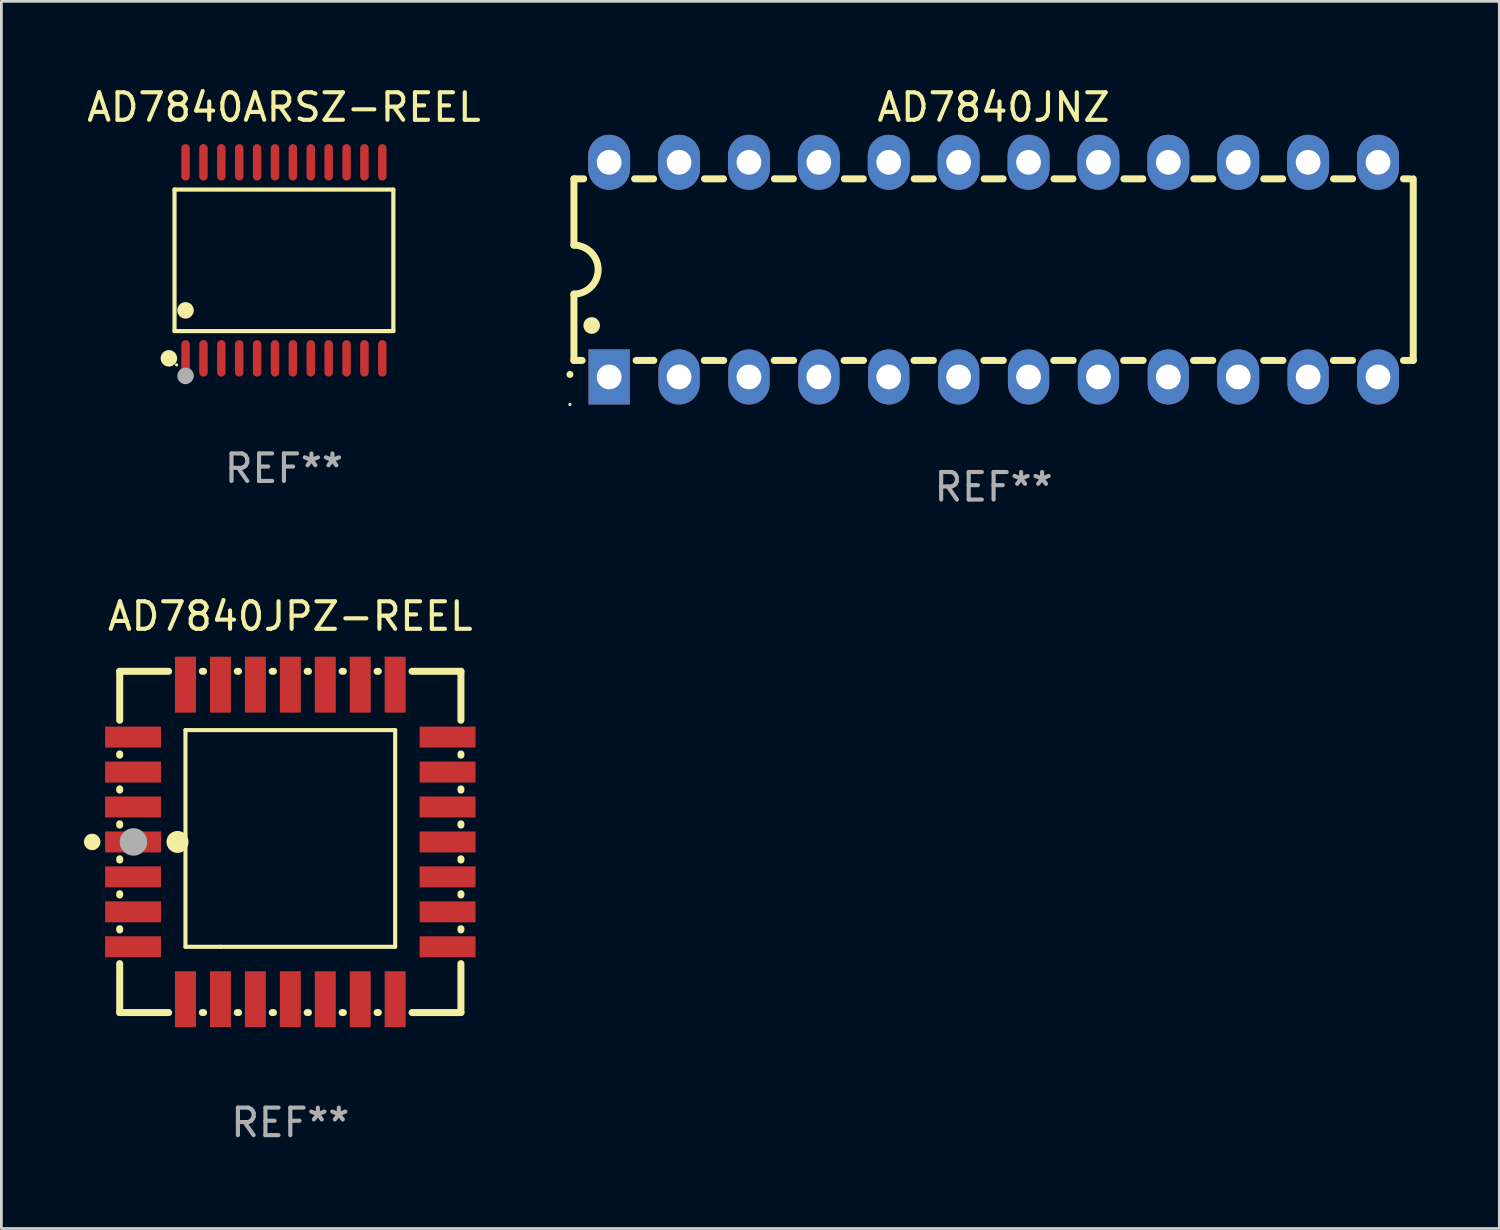
<source format=kicad_pcb>
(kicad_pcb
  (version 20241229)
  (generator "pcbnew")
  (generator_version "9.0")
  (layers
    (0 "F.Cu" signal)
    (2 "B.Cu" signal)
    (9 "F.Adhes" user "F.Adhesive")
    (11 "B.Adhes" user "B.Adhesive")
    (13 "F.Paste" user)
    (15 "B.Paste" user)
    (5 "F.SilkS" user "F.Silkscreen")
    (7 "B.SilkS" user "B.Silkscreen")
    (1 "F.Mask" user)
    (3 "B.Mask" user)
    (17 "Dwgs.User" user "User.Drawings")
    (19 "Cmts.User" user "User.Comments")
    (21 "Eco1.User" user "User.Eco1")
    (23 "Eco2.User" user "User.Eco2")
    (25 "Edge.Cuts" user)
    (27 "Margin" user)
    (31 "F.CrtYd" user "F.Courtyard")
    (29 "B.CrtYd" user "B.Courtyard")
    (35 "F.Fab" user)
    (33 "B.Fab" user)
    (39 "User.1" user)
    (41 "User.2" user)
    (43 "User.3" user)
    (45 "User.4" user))
  (footprint "AD7840JPZ-REEL"
    (layer "F.Cu")
    (at 7.5 27.545)
    (property "Reference" "AD7840JPZ-REEL" (at 0 -8.2 0) (layer "F.SilkS") (effects (font (size 1 1) (thickness 0.15))))
    (attr through_hole)
    (fp_line (start -6.2 -6.2) (end -4.422 -6.2) (stroke (width 0.254) (type solid)) (layer "F.SilkS"))
    (fp_line (start -6.2 -4.422) (end -6.2 -6.2) (stroke (width 0.254) (type solid)) (layer "F.SilkS"))
    (fp_line (start -6.2 -3.152) (end -6.2 -3.198) (stroke (width 0.254) (type solid)) (layer "F.SilkS"))
    (fp_line (start -6.2 -1.882) (end -6.2 -1.928) (stroke (width 0.254) (type solid)) (layer "F.SilkS"))
    (fp_line (start -6.2 -0.612) (end -6.2 -0.658) (stroke (width 0.254) (type solid)) (layer "F.SilkS"))
    (fp_line (start -6.2 0.658) (end -6.2 0.612) (stroke (width 0.254) (type solid)) (layer "F.SilkS"))
    (fp_line (start -6.2 1.928) (end -6.2 1.882) (stroke (width 0.254) (type solid)) (layer "F.SilkS"))
    (fp_line (start -6.2 3.198) (end -6.2 3.152) (stroke (width 0.254) (type solid)) (layer "F.SilkS"))
    (fp_line (start -6.2 6.2) (end -6.2 4.422) (stroke (width 0.254) (type solid)) (layer "F.SilkS"))
    (fp_line (start -4.422 6.2) (end -6.2 6.2) (stroke (width 0.254) (type solid)) (layer "F.SilkS"))
    (fp_line (start -3.81 -4.064) (end 3.81 -4.064) (stroke (width 0.15) (type solid)) (layer "F.SilkS"))
    (fp_line (start -3.81 3.81) (end -3.81 -4.064) (stroke (width 0.15) (type solid)) (layer "F.SilkS"))
    (fp_line (start -3.198 -6.2) (end -3.152 -6.2) (stroke (width 0.254) (type solid)) (layer "F.SilkS"))
    (fp_line (start -3.152 6.2) (end -3.198 6.2) (stroke (width 0.254) (type solid)) (layer "F.SilkS"))
    (fp_line (start -2.54 3.81) (end -3.81 3.81) (stroke (width 0.15) (type solid)) (layer "F.SilkS"))
    (fp_line (start -1.928 -6.2) (end -1.882 -6.2) (stroke (width 0.254) (type solid)) (layer "F.SilkS"))
    (fp_line (start -1.882 6.2) (end -1.928 6.2) (stroke (width 0.254) (type solid)) (layer "F.SilkS"))
    (fp_line (start -0.658 -6.2) (end -0.612 -6.2) (stroke (width 0.254) (type solid)) (layer "F.SilkS"))
    (fp_line (start -0.612 6.2) (end -0.658 6.2) (stroke (width 0.254) (type solid)) (layer "F.SilkS"))
    (fp_line (start 0.612 -6.2) (end 0.658 -6.2) (stroke (width 0.254) (type solid)) (layer "F.SilkS"))
    (fp_line (start 0.658 6.2) (end 0.612 6.2) (stroke (width 0.254) (type solid)) (layer "F.SilkS"))
    (fp_line (start 1.882 -6.2) (end 1.928 -6.2) (stroke (width 0.254) (type solid)) (layer "F.SilkS"))
    (fp_line (start 1.928 6.2) (end 1.882 6.2) (stroke (width 0.254) (type solid)) (layer "F.SilkS"))
    (fp_line (start 3.152 -6.2) (end 3.198 -6.2) (stroke (width 0.254) (type solid)) (layer "F.SilkS"))
    (fp_line (start 3.198 6.2) (end 3.152 6.2) (stroke (width 0.254) (type solid)) (layer "F.SilkS"))
    (fp_line (start 3.81 -4.064) (end 3.81 3.81) (stroke (width 0.15) (type solid)) (layer "F.SilkS"))
    (fp_line (start 3.81 3.81) (end -2.54 3.81) (stroke (width 0.15) (type solid)) (layer "F.SilkS"))
    (fp_line (start 4.422 -6.2) (end 6.2 -6.2) (stroke (width 0.254) (type solid)) (layer "F.SilkS"))
    (fp_line (start 6.2 -6.2) (end 6.2 -4.422) (stroke (width 0.254) (type solid)) (layer "F.SilkS"))
    (fp_line (start 6.2 -3.198) (end 6.2 -3.152) (stroke (width 0.254) (type solid)) (layer "F.SilkS"))
    (fp_line (start 6.2 -1.928) (end 6.2 -1.882) (stroke (width 0.254) (type solid)) (layer "F.SilkS"))
    (fp_line (start 6.2 -0.658) (end 6.2 -0.612) (stroke (width 0.254) (type solid)) (layer "F.SilkS"))
    (fp_line (start 6.2 0.612) (end 6.2 0.658) (stroke (width 0.254) (type solid)) (layer "F.SilkS"))
    (fp_line (start 6.2 1.882) (end 6.2 1.928) (stroke (width 0.254) (type solid)) (layer "F.SilkS"))
    (fp_line (start 6.2 3.152) (end 6.2 3.198) (stroke (width 0.254) (type solid)) (layer "F.SilkS"))
    (fp_line (start 6.2 4.422) (end 6.2 6.2) (stroke (width 0.254) (type solid)) (layer "F.SilkS"))
    (fp_line (start 6.2 6.2) (end 4.422 6.2) (stroke (width 0.254) (type solid)) (layer "F.SilkS"))
    (fp_circle (center -7.2 0) (end -7.05 0) (stroke (width 0.3) (type solid)) (fill no) (layer "F.SilkS"))
    (fp_circle (center -6.223 6.223) (end -6.193 6.223) (stroke (width 0.06) (type solid)) (fill no) (layer "F.SilkS"))
    (fp_circle (center -4.1 0) (end -3.9 0) (stroke (width 0.4) (type solid)) (fill no) (layer "F.SilkS"))
    (fp_circle (center -5.7 0) (end -5.45 0) (stroke (width 0.5) (type solid)) (fill no) (layer "F.Fab"))
    (fp_text user "REF**" (at 0 10.2 0) (layer "F.Fab") (effects (font (size 1 1) (thickness 0.15))))
    (pad "1" smd rect (at -5.715 0) (size 2.032 0.762) (layers "F.Cu" "F.Mask" "F.Paste"))
    (pad "2" smd rect (at -5.715 1.27) (size 2.032 0.762) (layers "F.Cu" "F.Mask" "F.Paste"))
    (pad "3" smd rect (at -5.715 2.54) (size 2.032 0.762) (layers "F.Cu" "F.Mask" "F.Paste"))
    (pad "4" smd rect (at -5.715 3.81) (size 2.032 0.762) (layers "F.Cu" "F.Mask" "F.Paste"))
    (pad "5" smd rect (at -3.81 5.715) (size 0.762 2.032) (layers "F.Cu" "F.Mask" "F.Paste"))
    (pad "6" smd rect (at -2.54 5.715) (size 0.762 2.032) (layers "F.Cu" "F.Mask" "F.Paste"))
    (pad "7" smd rect (at -1.27 5.715) (size 0.762 2.032) (layers "F.Cu" "F.Mask" "F.Paste"))
    (pad "8" smd rect (at 0 5.715) (size 0.762 2.032) (layers "F.Cu" "F.Mask" "F.Paste"))
    (pad "9" smd rect (at 1.27 5.715) (size 0.762 2.032) (layers "F.Cu" "F.Mask" "F.Paste"))
    (pad "10" smd rect (at 2.54 5.715) (size 0.762 2.032) (layers "F.Cu" "F.Mask" "F.Paste"))
    (pad "11" smd rect (at 3.81 5.715) (size 0.762 2.032) (layers "F.Cu" "F.Mask" "F.Paste"))
    (pad "12" smd rect (at 5.715 3.81) (size 2.032 0.762) (layers "F.Cu" "F.Mask" "F.Paste"))
    (pad "13" smd rect (at 5.715 2.54) (size 2.032 0.762) (layers "F.Cu" "F.Mask" "F.Paste"))
    (pad "14" smd rect (at 5.715 1.27) (size 2.032 0.762) (layers "F.Cu" "F.Mask" "F.Paste"))
    (pad "15" smd rect (at 5.715 0) (size 2.032 0.762) (layers "F.Cu" "F.Mask" "F.Paste"))
    (pad "16" smd rect (at 5.715 -1.27) (size 2.032 0.762) (layers "F.Cu" "F.Mask" "F.Paste"))
    (pad "17" smd rect (at 5.715 -2.54) (size 2.032 0.762) (layers "F.Cu" "F.Mask" "F.Paste"))
    (pad "18" smd rect (at 5.715 -3.81) (size 2.032 0.762) (layers "F.Cu" "F.Mask" "F.Paste"))
    (pad "19" smd rect (at 3.81 -5.715) (size 0.762 2.032) (layers "F.Cu" "F.Mask" "F.Paste"))
    (pad "20" smd rect (at 2.54 -5.715) (size 0.762 2.032) (layers "F.Cu" "F.Mask" "F.Paste"))
    (pad "21" smd rect (at 1.27 -5.715) (size 0.762 2.032) (layers "F.Cu" "F.Mask" "F.Paste"))
    (pad "22" smd rect (at 0 -5.715) (size 0.762 2.032) (layers "F.Cu" "F.Mask" "F.Paste"))
    (pad "23" smd rect (at -1.27 -5.715) (size 0.762 2.032) (layers "F.Cu" "F.Mask" "F.Paste"))
    (pad "24" smd rect (at -2.54 -5.715) (size 0.762 2.032) (layers "F.Cu" "F.Mask" "F.Paste"))
    (pad "25" smd rect (at -3.81 -5.715) (size 0.762 2.032) (layers "F.Cu" "F.Mask" "F.Paste"))
    (pad "26" smd rect (at -5.715 -3.81) (size 2.032 0.762) (layers "F.Cu" "F.Mask" "F.Paste"))
    (pad "27" smd rect (at -5.715 -2.54) (size 2.032 0.762) (layers "F.Cu" "F.Mask" "F.Paste"))
    (pad "28" smd rect (at -5.715 -1.27) (size 2.032 0.762) (layers "F.Cu" "F.Mask" "F.Paste")))
  (footprint "AD7840ARSZ-REEL"
    (layer "F.Cu")
    (at 7.268 6.41)
    (property "Reference" "AD7840ARSZ-REEL" (at 0 -5.562 0) (layer "F.SilkS") (effects (font (size 1 1) (thickness 0.15))))
    (attr through_hole)
    (fp_line (start -3.976 -2.571) (end 3.976 -2.571) (stroke (width 0.152) (type solid)) (layer "F.SilkS"))
    (fp_line (start -3.976 2.571) (end -3.976 -2.571) (stroke (width 0.152) (type solid)) (layer "F.SilkS"))
    (fp_line (start 3.976 -2.571) (end 3.976 2.571) (stroke (width 0.152) (type solid)) (layer "F.SilkS"))
    (fp_line (start 3.976 2.571) (end -3.976 2.571) (stroke (width 0.152) (type solid)) (layer "F.SilkS"))
    (fp_circle (center -4.181 3.562) (end -4.031 3.562) (stroke (width 0.3) (type solid)) (fill no) (layer "F.SilkS"))
    (fp_circle (center -3.9 3.8) (end -3.87 3.8) (stroke (width 0.06) (type solid)) (fill no) (layer "F.SilkS"))
    (fp_circle (center -3.575 1.819) (end -3.425 1.819) (stroke (width 0.3) (type solid)) (fill no) (layer "F.SilkS"))
    (fp_circle (center -3.575 4.2) (end -3.425 4.2) (stroke (width 0.3) (type solid)) (fill no) (layer "F.Fab"))
    (fp_text user "REF**" (at 0 7.562 0) (layer "F.Fab") (effects (font (size 1 1) (thickness 0.15))))
    (pad "1" smd oval (at -3.575 3.562) (size 0.308 1.324) (layers "F.Cu" "F.Mask" "F.Paste"))
    (pad "2" smd oval (at -2.925 3.562) (size 0.308 1.324) (layers "F.Cu" "F.Mask" "F.Paste"))
    (pad "3" smd oval (at -2.275 3.562) (size 0.308 1.324) (layers "F.Cu" "F.Mask" "F.Paste"))
    (pad "4" smd oval (at -1.625 3.562) (size 0.308 1.324) (layers "F.Cu" "F.Mask" "F.Paste"))
    (pad "5" smd oval (at -0.975 3.562) (size 0.308 1.324) (layers "F.Cu" "F.Mask" "F.Paste"))
    (pad "6" smd oval (at -0.325 3.562) (size 0.308 1.324) (layers "F.Cu" "F.Mask" "F.Paste"))
    (pad "7" smd oval (at 0.325 3.562) (size 0.308 1.324) (layers "F.Cu" "F.Mask" "F.Paste"))
    (pad "8" smd oval (at 0.975 3.562) (size 0.308 1.324) (layers "F.Cu" "F.Mask" "F.Paste"))
    (pad "9" smd oval (at 1.625 3.562) (size 0.308 1.324) (layers "F.Cu" "F.Mask" "F.Paste"))
    (pad "10" smd oval (at 2.275 3.562) (size 0.308 1.324) (layers "F.Cu" "F.Mask" "F.Paste"))
    (pad "11" smd oval (at 2.925 3.562) (size 0.308 1.324) (layers "F.Cu" "F.Mask" "F.Paste"))
    (pad "12" smd oval (at 3.575 3.562) (size 0.308 1.324) (layers "F.Cu" "F.Mask" "F.Paste"))
    (pad "13" smd oval (at 3.575 -3.562) (size 0.308 1.324) (layers "F.Cu" "F.Mask" "F.Paste"))
    (pad "14" smd oval (at 2.925 -3.562) (size 0.308 1.324) (layers "F.Cu" "F.Mask" "F.Paste"))
    (pad "15" smd oval (at 2.275 -3.562) (size 0.308 1.324) (layers "F.Cu" "F.Mask" "F.Paste"))
    (pad "16" smd oval (at 1.625 -3.562) (size 0.308 1.324) (layers "F.Cu" "F.Mask" "F.Paste"))
    (pad "17" smd oval (at 0.975 -3.562) (size 0.308 1.324) (layers "F.Cu" "F.Mask" "F.Paste"))
    (pad "18" smd oval (at 0.325 -3.562) (size 0.308 1.324) (layers "F.Cu" "F.Mask" "F.Paste"))
    (pad "19" smd oval (at -0.325 -3.562) (size 0.308 1.324) (layers "F.Cu" "F.Mask" "F.Paste"))
    (pad "20" smd oval (at -0.975 -3.562) (size 0.308 1.324) (layers "F.Cu" "F.Mask" "F.Paste"))
    (pad "21" smd oval (at -1.625 -3.562) (size 0.308 1.324) (layers "F.Cu" "F.Mask" "F.Paste"))
    (pad "22" smd oval (at -2.275 -3.562) (size 0.308 1.324) (layers "F.Cu" "F.Mask" "F.Paste"))
    (pad "23" smd oval (at -2.925 -3.562) (size 0.308 1.324) (layers "F.Cu" "F.Mask" "F.Paste"))
    (pad "24" smd oval (at -3.575 -3.562) (size 0.308 1.324) (layers "F.Cu" "F.Mask" "F.Paste")))
  (footprint "AD7840JNZ"
    (layer "F.Cu")
    (at 33.056 6.748)
    (property "Reference" "AD7840JNZ" (at 0 -5.9 0) (layer "F.SilkS") (effects (font (size 1 1) (thickness 0.15))))
    (attr through_hole)
    (fp_line (start -15.25 -3.3) (end -15.25 -0.889) (stroke (width 0.254) (type solid)) (layer "F.SilkS"))
    (fp_line (start -15.25 -3.3) (end -14.895 -3.3) (stroke (width 0.254) (type solid)) (layer "F.SilkS"))
    (fp_line (start -15.25 3.3) (end -15.25 0.889) (stroke (width 0.254) (type solid)) (layer "F.SilkS"))
    (fp_line (start -15.25 3.3) (end -14.951 3.3) (stroke (width 0.254) (type solid)) (layer "F.SilkS"))
    (fp_line (start -13.045 -3.3) (end -12.355 -3.3) (stroke (width 0.254) (type solid)) (layer "F.SilkS"))
    (fp_line (start -12.989 3.3) (end -12.347 3.3) (stroke (width 0.254) (type solid)) (layer "F.SilkS"))
    (fp_line (start -10.514 3.3) (end -9.807 3.3) (stroke (width 0.254) (type solid)) (layer "F.SilkS"))
    (fp_line (start -10.505 -3.3) (end -9.815 -3.3) (stroke (width 0.254) (type solid)) (layer "F.SilkS"))
    (fp_line (start -7.974 3.3) (end -7.267 3.3) (stroke (width 0.254) (type solid)) (layer "F.SilkS"))
    (fp_line (start -7.965 -3.3) (end -7.275 -3.3) (stroke (width 0.254) (type solid)) (layer "F.SilkS"))
    (fp_line (start -5.434 3.3) (end -4.727 3.3) (stroke (width 0.254) (type solid)) (layer "F.SilkS"))
    (fp_line (start -5.425 -3.3) (end -4.735 -3.3) (stroke (width 0.254) (type solid)) (layer "F.SilkS"))
    (fp_line (start -2.894 3.3) (end -2.187 3.3) (stroke (width 0.254) (type solid)) (layer "F.SilkS"))
    (fp_line (start -2.885 -3.3) (end -2.195 -3.3) (stroke (width 0.254) (type solid)) (layer "F.SilkS"))
    (fp_line (start -0.354 3.3) (end 0.353 3.3) (stroke (width 0.254) (type solid)) (layer "F.SilkS"))
    (fp_line (start -0.345 -3.3) (end 0.345 -3.3) (stroke (width 0.254) (type solid)) (layer "F.SilkS"))
    (fp_line (start 2.186 3.3) (end 2.893 3.3) (stroke (width 0.254) (type solid)) (layer "F.SilkS"))
    (fp_line (start 2.195 -3.3) (end 2.885 -3.3) (stroke (width 0.254) (type solid)) (layer "F.SilkS"))
    (fp_line (start 4.726 3.3) (end 5.434 3.3) (stroke (width 0.254) (type solid)) (layer "F.SilkS"))
    (fp_line (start 4.735 -3.3) (end 5.425 -3.3) (stroke (width 0.254) (type solid)) (layer "F.SilkS"))
    (fp_line (start 7.266 3.3) (end 7.965 3.3) (stroke (width 0.254) (type solid)) (layer "F.SilkS"))
    (fp_line (start 7.275 -3.3) (end 7.965 -3.3) (stroke (width 0.254) (type solid)) (layer "F.SilkS"))
    (fp_line (start 9.815 -3.3) (end 10.505 -3.3) (stroke (width 0.254) (type solid)) (layer "F.SilkS"))
    (fp_line (start 9.815 3.3) (end 10.514 3.3) (stroke (width 0.254) (type solid)) (layer "F.SilkS"))
    (fp_line (start 12.346 3.3) (end 13.045 3.3) (stroke (width 0.254) (type solid)) (layer "F.SilkS"))
    (fp_line (start 12.355 -3.3) (end 13.045 -3.3) (stroke (width 0.254) (type solid)) (layer "F.SilkS"))
    (fp_line (start 14.895 -3.3) (end 15.113 -3.3) (stroke (width 0.254) (type solid)) (layer "F.SilkS"))
    (fp_line (start 14.895 3.3) (end 15.25 3.3) (stroke (width 0.254) (type solid)) (layer "F.SilkS"))
    (fp_line (start 15.25 -3.3) (end 15.25 3.3) (stroke (width 0.254) (type solid)) (layer "F.SilkS"))
    (fp_arc (start -15.394971 3.810033) (mid -15.394978 3.808763) (end -15.394971 3.807493) (stroke (width 0.25) (type solid)) (layer "F.SilkS"))
    (fp_arc (start -15.251053 -0.890146) (mid -14.361467 -0.001067) (end -15.250038 0.889027) (stroke (width 0.254001) (type solid)) (layer "F.SilkS"))
    (fp_arc (start -14.605029 2.032029) (mid -14.60504 2.029489) (end -14.605029 2.026949) (stroke (width 0.6) (type solid)) (layer "F.SilkS"))
    (fp_circle (center -15.395 4.9) (end -15.365 4.9) (stroke (width 0.06) (type solid)) (fill no) (layer "F.SilkS"))
    (fp_text user "REF**" (at 0 7.9 0) (layer "F.Fab") (effects (font (size 1 1) (thickness 0.15))))
    (pad "1" thru_hole rect (at -13.97 3.9 90) (size 2 1.5) (drill 0.9) (layers "*.Cu" "*.Mask"))
    (pad "2" thru_hole oval (at -11.43 3.9 90) (size 2 1.5) (drill 0.9) (layers "*.Cu" "*.Mask"))
    (pad "3" thru_hole oval (at -8.89 3.9 90) (size 2 1.5) (drill 0.9) (layers "*.Cu" "*.Mask"))
    (pad "4" thru_hole oval (at -6.35 3.9 90) (size 2 1.5) (drill 0.9) (layers "*.Cu" "*.Mask"))
    (pad "5" thru_hole oval (at -3.81 3.9 90) (size 2 1.5) (drill 0.9) (layers "*.Cu" "*.Mask"))
    (pad "6" thru_hole oval (at -1.27 3.9 90) (size 2 1.5) (drill 0.9) (layers "*.Cu" "*.Mask"))
    (pad "7" thru_hole oval (at 1.27 3.9 90) (size 2 1.5) (drill 0.9) (layers "*.Cu" "*.Mask"))
    (pad "8" thru_hole oval (at 3.81 3.9 90) (size 2 1.5) (drill 0.9) (layers "*.Cu" "*.Mask"))
    (pad "9" thru_hole oval (at 6.35 3.9 90) (size 2 1.5) (drill 0.9) (layers "*.Cu" "*.Mask"))
    (pad "10" thru_hole oval (at 8.89 3.9 90) (size 2 1.524) (drill 0.9) (layers "*.Cu" "*.Mask"))
    (pad "11" thru_hole oval (at 11.43 3.9 90) (size 2 1.5) (drill 0.9) (layers "*.Cu" "*.Mask"))
    (pad "12" thru_hole oval (at 13.97 3.9 90) (size 2 1.524) (drill 0.9) (layers "*.Cu" "*.Mask"))
    (pad "13" thru_hole oval (at 13.97 -3.9 90) (size 2 1.524) (drill 0.9) (layers "*.Cu" "*.Mask"))
    (pad "14" thru_hole oval (at 11.43 -3.9 90) (size 2 1.524) (drill 0.9) (layers "*.Cu" "*.Mask"))
    (pad "15" thru_hole oval (at 8.89 -3.9 90) (size 2 1.524) (drill 0.9) (layers "*.Cu" "*.Mask"))
    (pad "16" thru_hole oval (at 6.35 -3.9 90) (size 2 1.524) (drill 0.9) (layers "*.Cu" "*.Mask"))
    (pad "17" thru_hole oval (at 3.81 -3.9 90) (size 2 1.524) (drill 0.9) (layers "*.Cu" "*.Mask"))
    (pad "18" thru_hole oval (at 1.27 -3.9 90) (size 2 1.524) (drill 0.9) (layers "*.Cu" "*.Mask"))
    (pad "19" thru_hole oval (at -1.27 -3.9 90) (size 2 1.524) (drill 0.9) (layers "*.Cu" "*.Mask"))
    (pad "20" thru_hole oval (at -3.81 -3.9 90) (size 2 1.524) (drill 0.9) (layers "*.Cu" "*.Mask"))
    (pad "21" thru_hole oval (at -6.35 -3.9 90) (size 2 1.524) (drill 0.9) (layers "*.Cu" "*.Mask"))
    (pad "22" thru_hole oval (at -8.89 -3.9 90) (size 2 1.524) (drill 0.9) (layers "*.Cu" "*.Mask"))
    (pad "23" thru_hole oval (at -11.43 -3.9 90) (size 2 1.524) (drill 0.9) (layers "*.Cu" "*.Mask"))
    (pad "24" thru_hole oval (at -13.97 -3.9 90) (size 2 1.524) (drill 0.9) (layers "*.Cu" "*.Mask")))
  (gr_rect
    (start -3 -3)
    (end 51.433 41.593)
    (stroke (width 0.1) (type default))
    (fill no)
    (layer "Edge.Cuts")))
</source>
